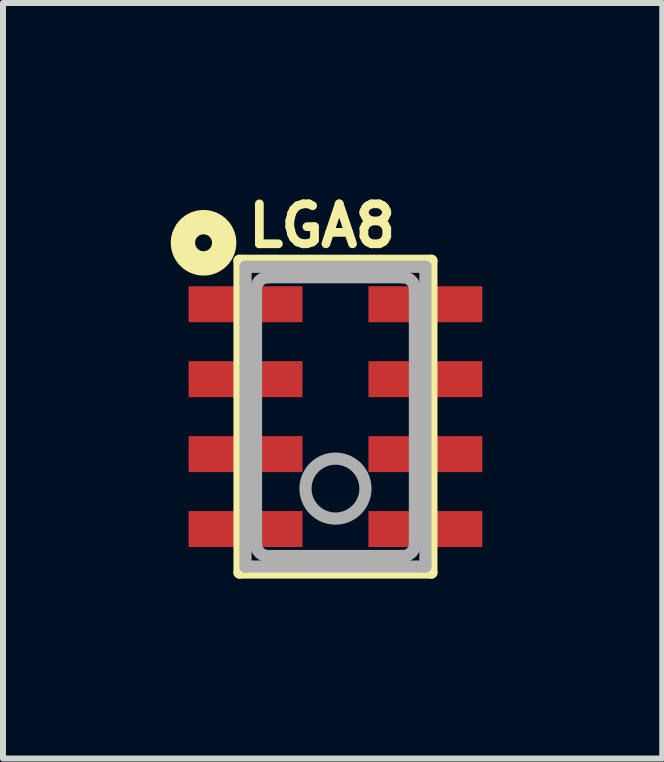
<source format=kicad_pcb>
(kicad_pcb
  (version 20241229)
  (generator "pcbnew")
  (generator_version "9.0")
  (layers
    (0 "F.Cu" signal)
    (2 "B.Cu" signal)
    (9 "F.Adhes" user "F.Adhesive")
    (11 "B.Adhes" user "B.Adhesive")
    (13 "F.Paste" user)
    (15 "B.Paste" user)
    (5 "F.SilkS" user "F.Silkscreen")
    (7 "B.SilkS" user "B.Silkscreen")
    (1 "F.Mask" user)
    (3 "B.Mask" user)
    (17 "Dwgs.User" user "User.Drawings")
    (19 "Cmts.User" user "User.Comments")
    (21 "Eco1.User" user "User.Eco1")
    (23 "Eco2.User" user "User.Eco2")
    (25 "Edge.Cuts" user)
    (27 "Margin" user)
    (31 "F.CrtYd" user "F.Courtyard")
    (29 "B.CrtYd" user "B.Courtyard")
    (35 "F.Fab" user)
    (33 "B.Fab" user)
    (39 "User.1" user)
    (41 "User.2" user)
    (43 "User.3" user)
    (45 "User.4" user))
  (footprint "LGA8"
    (layer "F.Cu")
    (at 2.545 3.899)
    (property "Reference" "LGA8" (at -1.524 -2.794 0) (layer "F.SilkS") (effects (font (size 0.666 0.666) (thickness 0.146)) (justify left bottom)))
    (fp_line (start -1.6 -2.6) (end 1.6 -2.6) (stroke (width 0.203) (type solid)) (layer "F.SilkS"))
    (fp_line (start -1.6 2.6) (end -1.6 -2.6) (stroke (width 0.203) (type solid)) (layer "F.SilkS"))
    (fp_line (start 1.6 -2.6) (end 1.6 2.6) (stroke (width 0.203) (type solid)) (layer "F.SilkS"))
    (fp_line (start 1.6 2.6) (end -1.6 2.6) (stroke (width 0.203) (type solid)) (layer "F.SilkS"))
    (fp_circle (center -2.2 -2.9) (end -2.059 -2.9) (stroke (width 0.406) (type solid)) (fill no) (layer "F.SilkS"))
    (fp_line (start -1.5 -2.5) (end 1.5 -2.5) (stroke (width 0.203) (type solid)) (layer "F.Fab"))
    (fp_line (start -1.5 2.5) (end -1.5 -2.5) (stroke (width 0.203) (type solid)) (layer "F.Fab"))
    (fp_line (start -1.325 2.125) (end -1.325 -2.125) (stroke (width 0.203) (type solid)) (layer "F.Fab"))
    (fp_line (start -1.125 -2.325) (end 1.125 -2.325) (stroke (width 0.203) (type solid)) (layer "F.Fab"))
    (fp_line (start 1.125 2.325) (end -1.125 2.325) (stroke (width 0.203) (type solid)) (layer "F.Fab"))
    (fp_line (start 1.325 -2.125) (end 1.325 2.125) (stroke (width 0.203) (type solid)) (layer "F.Fab"))
    (fp_line (start 1.5 -2.5) (end 1.5 2.5) (stroke (width 0.203) (type solid)) (layer "F.Fab"))
    (fp_line (start 1.5 2.5) (end -1.5 2.5) (stroke (width 0.203) (type solid)) (layer "F.Fab"))
    (fp_arc (start -1.325 -2.125) (mid -1.266421 -2.266421) (end -1.125 -2.325) (stroke (width 0.2032) (type solid)) (layer "F.Fab"))
    (fp_arc (start -1.125 2.325) (mid -1.266421 2.266421) (end -1.325 2.125) (stroke (width 0.2032) (type solid)) (layer "F.Fab"))
    (fp_arc (start 1.125 -2.325) (mid 1.266421 -2.266421) (end 1.325 -2.125) (stroke (width 0.2032) (type solid)) (layer "F.Fab"))
    (fp_arc (start 1.325 2.125) (mid 1.266421 2.266421) (end 1.125 2.325) (stroke (width 0.2032) (type solid)) (layer "F.Fab"))
    (fp_circle (center 0 1.2) (end 0.5 1.2) (stroke (width 0.203) (type solid)) (fill no) (layer "F.Fab"))
    (pad "P$1" smd rect (at -1.5 -1.875) (size 1.9 0.6) (layers "F.Cu" "F.Mask" "F.Paste"))
    (pad "P$2" smd rect (at -1.5 -0.625) (size 1.9 0.6) (layers "F.Cu" "F.Mask" "F.Paste"))
    (pad "P$3" smd rect (at -1.5 0.625) (size 1.9 0.6) (layers "F.Cu" "F.Mask" "F.Paste"))
    (pad "P$4" smd rect (at -1.5 1.875) (size 1.9 0.6) (layers "F.Cu" "F.Mask" "F.Paste"))
    (pad "P$5" smd rect (at 1.5 1.875) (size 1.9 0.6) (layers "F.Cu" "F.Mask" "F.Paste"))
    (pad "P$6" smd rect (at 1.5 0.625) (size 1.9 0.6) (layers "F.Cu" "F.Mask" "F.Paste"))
    (pad "P$7" smd rect (at 1.5 -0.625) (size 1.9 0.6) (layers "F.Cu" "F.Mask" "F.Paste"))
    (pad "P$8" smd rect (at 1.5 -1.875) (size 1.9 0.6) (layers "F.Cu" "F.Mask" "F.Paste")))
  (gr_rect
    (start -3 -3)
    (end 7.995 9.601)
    (stroke (width 0.1) (type default))
    (fill no)
    (layer "Edge.Cuts")))
</source>
